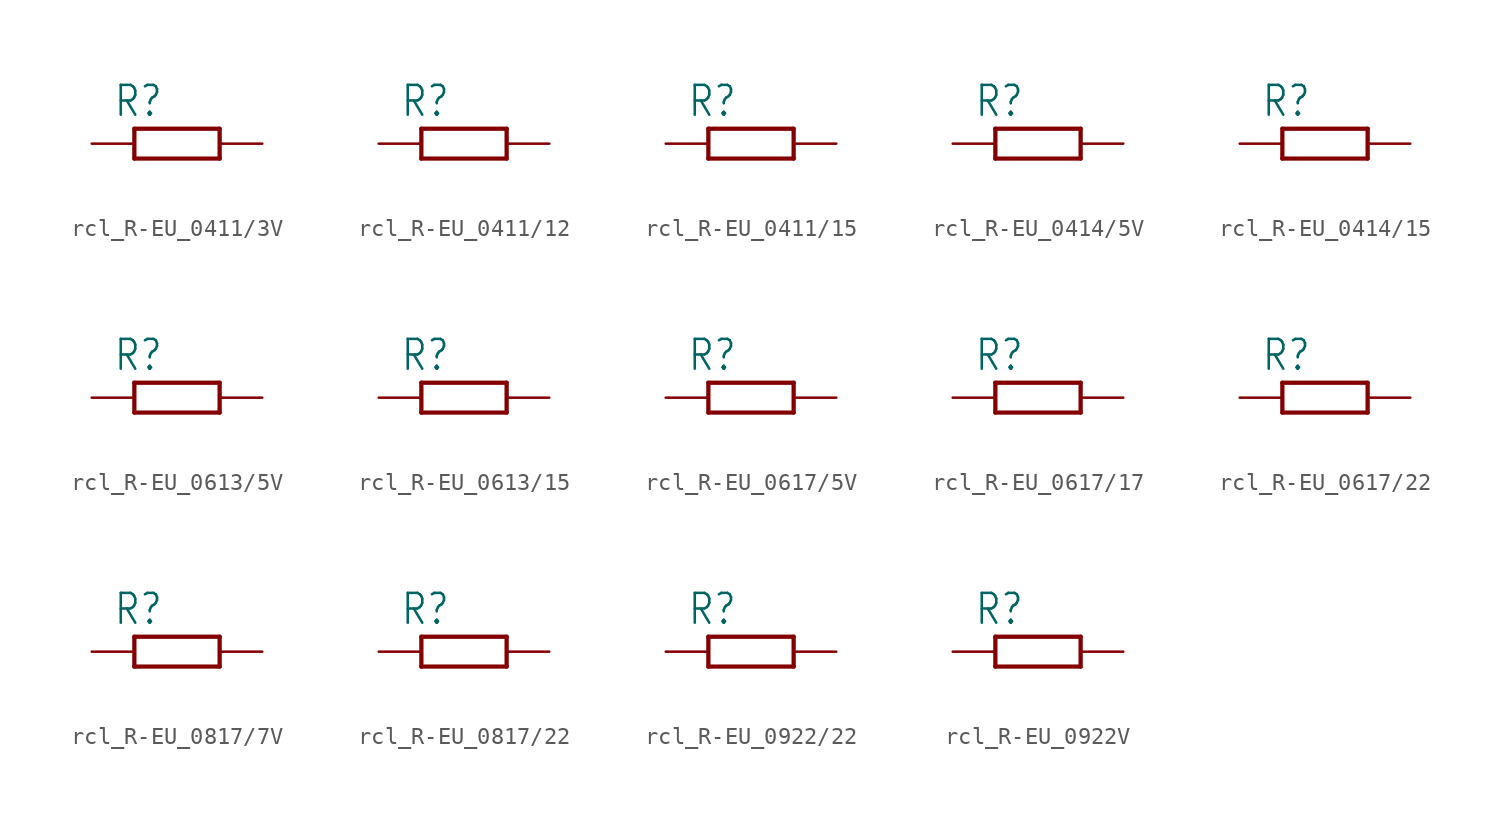
<source format=kicad_sym>
(kicad_symbol_lib
  (version 20241209)
  (generator "kicad_symbol_editor")
  (generator_version "9.0")
  (symbol "rcl_R-EU_0411/3V"
    (property "Reference" "R"
      (at -3.81 1.499 0)
      (effects (font (size 1.778 1.511)) (justify left bottom)))
    (property "Value" ""
      (at -3.81 -3.302 0)
      (effects (font (size 1.778 1.511)) (justify left bottom)))
    (property "ki_locked" ""
      (at 0 0 0)
      (effects (font (size 1.27 1.27))))
    (symbol "rcl_R-EU_0411/3V_1_0"
      (polyline (pts (xy -2.54 -0.889) (xy -2.54 0.889)) (stroke (width 0.254) (type solid)) (fill (type none)))
      (polyline (pts (xy -2.54 -0.889) (xy 2.54 -0.889)) (stroke (width 0.254) (type solid)) (fill (type none)))
      (polyline (pts (xy 2.54 0.889) (xy -2.54 0.889)) (stroke (width 0.254) (type solid)) (fill (type none)))
      (polyline (pts (xy 2.54 -0.889) (xy 2.54 0.889)) (stroke (width 0.254) (type solid)) (fill (type none)))
      (pin passive line (at -5.08 0 0) (length 2.54) (name "1" (effects (font (size 0 0)))) (number "1" (effects (font (size 0 0)))))
      (pin passive line (at 5.08 0 180) (length 2.54) (name "2" (effects (font (size 0 0)))) (number "2" (effects (font (size 0 0)))))))
  (symbol "rcl_R-EU_0411/12"
    (property "Reference" "R"
      (at -3.81 1.499 0)
      (effects (font (size 1.778 1.511)) (justify left bottom)))
    (property "Value" ""
      (at -3.81 -3.302 0)
      (effects (font (size 1.778 1.511)) (justify left bottom)))
    (property "ki_locked" ""
      (at 0 0 0)
      (effects (font (size 1.27 1.27))))
    (symbol "rcl_R-EU_0411/12_1_0"
      (polyline (pts (xy -2.54 -0.889) (xy -2.54 0.889)) (stroke (width 0.254) (type solid)) (fill (type none)))
      (polyline (pts (xy -2.54 -0.889) (xy 2.54 -0.889)) (stroke (width 0.254) (type solid)) (fill (type none)))
      (polyline (pts (xy 2.54 0.889) (xy -2.54 0.889)) (stroke (width 0.254) (type solid)) (fill (type none)))
      (polyline (pts (xy 2.54 -0.889) (xy 2.54 0.889)) (stroke (width 0.254) (type solid)) (fill (type none)))
      (pin passive line (at -5.08 0 0) (length 2.54) (name "1" (effects (font (size 0 0)))) (number "1" (effects (font (size 0 0)))))
      (pin passive line (at 5.08 0 180) (length 2.54) (name "2" (effects (font (size 0 0)))) (number "2" (effects (font (size 0 0)))))))
  (symbol "rcl_R-EU_0411/15"
    (property "Reference" "R"
      (at -3.81 1.499 0)
      (effects (font (size 1.778 1.511)) (justify left bottom)))
    (property "Value" ""
      (at -3.81 -3.302 0)
      (effects (font (size 1.778 1.511)) (justify left bottom)))
    (property "ki_locked" ""
      (at 0 0 0)
      (effects (font (size 1.27 1.27))))
    (symbol "rcl_R-EU_0411/15_1_0"
      (polyline (pts (xy -2.54 -0.889) (xy -2.54 0.889)) (stroke (width 0.254) (type solid)) (fill (type none)))
      (polyline (pts (xy -2.54 -0.889) (xy 2.54 -0.889)) (stroke (width 0.254) (type solid)) (fill (type none)))
      (polyline (pts (xy 2.54 0.889) (xy -2.54 0.889)) (stroke (width 0.254) (type solid)) (fill (type none)))
      (polyline (pts (xy 2.54 -0.889) (xy 2.54 0.889)) (stroke (width 0.254) (type solid)) (fill (type none)))
      (pin passive line (at -5.08 0 0) (length 2.54) (name "1" (effects (font (size 0 0)))) (number "1" (effects (font (size 0 0)))))
      (pin passive line (at 5.08 0 180) (length 2.54) (name "2" (effects (font (size 0 0)))) (number "2" (effects (font (size 0 0)))))))
  (symbol "rcl_R-EU_0414/5V"
    (property "Reference" "R"
      (at -3.81 1.499 0)
      (effects (font (size 1.778 1.511)) (justify left bottom)))
    (property "Value" ""
      (at -3.81 -3.302 0)
      (effects (font (size 1.778 1.511)) (justify left bottom)))
    (property "ki_locked" ""
      (at 0 0 0)
      (effects (font (size 1.27 1.27))))
    (symbol "rcl_R-EU_0414/5V_1_0"
      (polyline (pts (xy -2.54 -0.889) (xy -2.54 0.889)) (stroke (width 0.254) (type solid)) (fill (type none)))
      (polyline (pts (xy -2.54 -0.889) (xy 2.54 -0.889)) (stroke (width 0.254) (type solid)) (fill (type none)))
      (polyline (pts (xy 2.54 0.889) (xy -2.54 0.889)) (stroke (width 0.254) (type solid)) (fill (type none)))
      (polyline (pts (xy 2.54 -0.889) (xy 2.54 0.889)) (stroke (width 0.254) (type solid)) (fill (type none)))
      (pin passive line (at -5.08 0 0) (length 2.54) (name "1" (effects (font (size 0 0)))) (number "1" (effects (font (size 0 0)))))
      (pin passive line (at 5.08 0 180) (length 2.54) (name "2" (effects (font (size 0 0)))) (number "2" (effects (font (size 0 0)))))))
  (symbol "rcl_R-EU_0414/15"
    (property "Reference" "R"
      (at -3.81 1.499 0)
      (effects (font (size 1.778 1.511)) (justify left bottom)))
    (property "Value" ""
      (at -3.81 -3.302 0)
      (effects (font (size 1.778 1.511)) (justify left bottom)))
    (property "ki_locked" ""
      (at 0 0 0)
      (effects (font (size 1.27 1.27))))
    (symbol "rcl_R-EU_0414/15_1_0"
      (polyline (pts (xy -2.54 -0.889) (xy -2.54 0.889)) (stroke (width 0.254) (type solid)) (fill (type none)))
      (polyline (pts (xy -2.54 -0.889) (xy 2.54 -0.889)) (stroke (width 0.254) (type solid)) (fill (type none)))
      (polyline (pts (xy 2.54 0.889) (xy -2.54 0.889)) (stroke (width 0.254) (type solid)) (fill (type none)))
      (polyline (pts (xy 2.54 -0.889) (xy 2.54 0.889)) (stroke (width 0.254) (type solid)) (fill (type none)))
      (pin passive line (at -5.08 0 0) (length 2.54) (name "1" (effects (font (size 0 0)))) (number "1" (effects (font (size 0 0)))))
      (pin passive line (at 5.08 0 180) (length 2.54) (name "2" (effects (font (size 0 0)))) (number "2" (effects (font (size 0 0)))))))
  (symbol "rcl_R-EU_0613/5V"
    (property "Reference" "R"
      (at -3.81 1.499 0)
      (effects (font (size 1.778 1.511)) (justify left bottom)))
    (property "Value" ""
      (at -3.81 -3.302 0)
      (effects (font (size 1.778 1.511)) (justify left bottom)))
    (property "ki_locked" ""
      (at 0 0 0)
      (effects (font (size 1.27 1.27))))
    (symbol "rcl_R-EU_0613/5V_1_0"
      (polyline (pts (xy -2.54 -0.889) (xy -2.54 0.889)) (stroke (width 0.254) (type solid)) (fill (type none)))
      (polyline (pts (xy -2.54 -0.889) (xy 2.54 -0.889)) (stroke (width 0.254) (type solid)) (fill (type none)))
      (polyline (pts (xy 2.54 0.889) (xy -2.54 0.889)) (stroke (width 0.254) (type solid)) (fill (type none)))
      (polyline (pts (xy 2.54 -0.889) (xy 2.54 0.889)) (stroke (width 0.254) (type solid)) (fill (type none)))
      (pin passive line (at -5.08 0 0) (length 2.54) (name "1" (effects (font (size 0 0)))) (number "1" (effects (font (size 0 0)))))
      (pin passive line (at 5.08 0 180) (length 2.54) (name "2" (effects (font (size 0 0)))) (number "2" (effects (font (size 0 0)))))))
  (symbol "rcl_R-EU_0613/15"
    (property "Reference" "R"
      (at -3.81 1.499 0)
      (effects (font (size 1.778 1.511)) (justify left bottom)))
    (property "Value" ""
      (at -3.81 -3.302 0)
      (effects (font (size 1.778 1.511)) (justify left bottom)))
    (property "ki_locked" ""
      (at 0 0 0)
      (effects (font (size 1.27 1.27))))
    (symbol "rcl_R-EU_0613/15_1_0"
      (polyline (pts (xy -2.54 -0.889) (xy -2.54 0.889)) (stroke (width 0.254) (type solid)) (fill (type none)))
      (polyline (pts (xy -2.54 -0.889) (xy 2.54 -0.889)) (stroke (width 0.254) (type solid)) (fill (type none)))
      (polyline (pts (xy 2.54 0.889) (xy -2.54 0.889)) (stroke (width 0.254) (type solid)) (fill (type none)))
      (polyline (pts (xy 2.54 -0.889) (xy 2.54 0.889)) (stroke (width 0.254) (type solid)) (fill (type none)))
      (pin passive line (at -5.08 0 0) (length 2.54) (name "1" (effects (font (size 0 0)))) (number "1" (effects (font (size 0 0)))))
      (pin passive line (at 5.08 0 180) (length 2.54) (name "2" (effects (font (size 0 0)))) (number "2" (effects (font (size 0 0)))))))
  (symbol "rcl_R-EU_0617/5V"
    (property "Reference" "R"
      (at -3.81 1.499 0)
      (effects (font (size 1.778 1.511)) (justify left bottom)))
    (property "Value" ""
      (at -3.81 -3.302 0)
      (effects (font (size 1.778 1.511)) (justify left bottom)))
    (property "ki_locked" ""
      (at 0 0 0)
      (effects (font (size 1.27 1.27))))
    (symbol "rcl_R-EU_0617/5V_1_0"
      (polyline (pts (xy -2.54 -0.889) (xy -2.54 0.889)) (stroke (width 0.254) (type solid)) (fill (type none)))
      (polyline (pts (xy -2.54 -0.889) (xy 2.54 -0.889)) (stroke (width 0.254) (type solid)) (fill (type none)))
      (polyline (pts (xy 2.54 0.889) (xy -2.54 0.889)) (stroke (width 0.254) (type solid)) (fill (type none)))
      (polyline (pts (xy 2.54 -0.889) (xy 2.54 0.889)) (stroke (width 0.254) (type solid)) (fill (type none)))
      (pin passive line (at -5.08 0 0) (length 2.54) (name "1" (effects (font (size 0 0)))) (number "1" (effects (font (size 0 0)))))
      (pin passive line (at 5.08 0 180) (length 2.54) (name "2" (effects (font (size 0 0)))) (number "2" (effects (font (size 0 0)))))))
  (symbol "rcl_R-EU_0617/17"
    (property "Reference" "R"
      (at -3.81 1.499 0)
      (effects (font (size 1.778 1.511)) (justify left bottom)))
    (property "Value" ""
      (at -3.81 -3.302 0)
      (effects (font (size 1.778 1.511)) (justify left bottom)))
    (property "ki_locked" ""
      (at 0 0 0)
      (effects (font (size 1.27 1.27))))
    (symbol "rcl_R-EU_0617/17_1_0"
      (polyline (pts (xy -2.54 -0.889) (xy -2.54 0.889)) (stroke (width 0.254) (type solid)) (fill (type none)))
      (polyline (pts (xy -2.54 -0.889) (xy 2.54 -0.889)) (stroke (width 0.254) (type solid)) (fill (type none)))
      (polyline (pts (xy 2.54 0.889) (xy -2.54 0.889)) (stroke (width 0.254) (type solid)) (fill (type none)))
      (polyline (pts (xy 2.54 -0.889) (xy 2.54 0.889)) (stroke (width 0.254) (type solid)) (fill (type none)))
      (pin passive line (at -5.08 0 0) (length 2.54) (name "1" (effects (font (size 0 0)))) (number "1" (effects (font (size 0 0)))))
      (pin passive line (at 5.08 0 180) (length 2.54) (name "2" (effects (font (size 0 0)))) (number "2" (effects (font (size 0 0)))))))
  (symbol "rcl_R-EU_0617/22"
    (property "Reference" "R"
      (at -3.81 1.499 0)
      (effects (font (size 1.778 1.511)) (justify left bottom)))
    (property "Value" ""
      (at -3.81 -3.302 0)
      (effects (font (size 1.778 1.511)) (justify left bottom)))
    (property "ki_locked" ""
      (at 0 0 0)
      (effects (font (size 1.27 1.27))))
    (symbol "rcl_R-EU_0617/22_1_0"
      (polyline (pts (xy -2.54 -0.889) (xy -2.54 0.889)) (stroke (width 0.254) (type solid)) (fill (type none)))
      (polyline (pts (xy -2.54 -0.889) (xy 2.54 -0.889)) (stroke (width 0.254) (type solid)) (fill (type none)))
      (polyline (pts (xy 2.54 0.889) (xy -2.54 0.889)) (stroke (width 0.254) (type solid)) (fill (type none)))
      (polyline (pts (xy 2.54 -0.889) (xy 2.54 0.889)) (stroke (width 0.254) (type solid)) (fill (type none)))
      (pin passive line (at -5.08 0 0) (length 2.54) (name "1" (effects (font (size 0 0)))) (number "1" (effects (font (size 0 0)))))
      (pin passive line (at 5.08 0 180) (length 2.54) (name "2" (effects (font (size 0 0)))) (number "2" (effects (font (size 0 0)))))))
  (symbol "rcl_R-EU_0817/7V"
    (property "Reference" "R"
      (at -3.81 1.499 0)
      (effects (font (size 1.778 1.511)) (justify left bottom)))
    (property "Value" ""
      (at -3.81 -3.302 0)
      (effects (font (size 1.778 1.511)) (justify left bottom)))
    (property "ki_locked" ""
      (at 0 0 0)
      (effects (font (size 1.27 1.27))))
    (symbol "rcl_R-EU_0817/7V_1_0"
      (polyline (pts (xy -2.54 -0.889) (xy -2.54 0.889)) (stroke (width 0.254) (type solid)) (fill (type none)))
      (polyline (pts (xy -2.54 -0.889) (xy 2.54 -0.889)) (stroke (width 0.254) (type solid)) (fill (type none)))
      (polyline (pts (xy 2.54 0.889) (xy -2.54 0.889)) (stroke (width 0.254) (type solid)) (fill (type none)))
      (polyline (pts (xy 2.54 -0.889) (xy 2.54 0.889)) (stroke (width 0.254) (type solid)) (fill (type none)))
      (pin passive line (at -5.08 0 0) (length 2.54) (name "1" (effects (font (size 0 0)))) (number "1" (effects (font (size 0 0)))))
      (pin passive line (at 5.08 0 180) (length 2.54) (name "2" (effects (font (size 0 0)))) (number "2" (effects (font (size 0 0)))))))
  (symbol "rcl_R-EU_0817/22"
    (property "Reference" "R"
      (at -3.81 1.499 0)
      (effects (font (size 1.778 1.511)) (justify left bottom)))
    (property "Value" ""
      (at -3.81 -3.302 0)
      (effects (font (size 1.778 1.511)) (justify left bottom)))
    (property "ki_locked" ""
      (at 0 0 0)
      (effects (font (size 1.27 1.27))))
    (symbol "rcl_R-EU_0817/22_1_0"
      (polyline (pts (xy -2.54 -0.889) (xy -2.54 0.889)) (stroke (width 0.254) (type solid)) (fill (type none)))
      (polyline (pts (xy -2.54 -0.889) (xy 2.54 -0.889)) (stroke (width 0.254) (type solid)) (fill (type none)))
      (polyline (pts (xy 2.54 0.889) (xy -2.54 0.889)) (stroke (width 0.254) (type solid)) (fill (type none)))
      (polyline (pts (xy 2.54 -0.889) (xy 2.54 0.889)) (stroke (width 0.254) (type solid)) (fill (type none)))
      (pin passive line (at -5.08 0 0) (length 2.54) (name "1" (effects (font (size 0 0)))) (number "1" (effects (font (size 0 0)))))
      (pin passive line (at 5.08 0 180) (length 2.54) (name "2" (effects (font (size 0 0)))) (number "2" (effects (font (size 0 0)))))))
  (symbol "rcl_R-EU_0922/22"
    (property "Reference" "R"
      (at -3.81 1.499 0)
      (effects (font (size 1.778 1.511)) (justify left bottom)))
    (property "Value" ""
      (at -3.81 -3.302 0)
      (effects (font (size 1.778 1.511)) (justify left bottom)))
    (property "ki_locked" ""
      (at 0 0 0)
      (effects (font (size 1.27 1.27))))
    (symbol "rcl_R-EU_0922/22_1_0"
      (polyline (pts (xy -2.54 -0.889) (xy -2.54 0.889)) (stroke (width 0.254) (type solid)) (fill (type none)))
      (polyline (pts (xy -2.54 -0.889) (xy 2.54 -0.889)) (stroke (width 0.254) (type solid)) (fill (type none)))
      (polyline (pts (xy 2.54 0.889) (xy -2.54 0.889)) (stroke (width 0.254) (type solid)) (fill (type none)))
      (polyline (pts (xy 2.54 -0.889) (xy 2.54 0.889)) (stroke (width 0.254) (type solid)) (fill (type none)))
      (pin passive line (at -5.08 0 0) (length 2.54) (name "1" (effects (font (size 0 0)))) (number "1" (effects (font (size 0 0)))))
      (pin passive line (at 5.08 0 180) (length 2.54) (name "2" (effects (font (size 0 0)))) (number "2" (effects (font (size 0 0)))))))
  (symbol "rcl_R-EU_0922V"
    (property "Reference" "R"
      (at -3.81 1.499 0)
      (effects (font (size 1.778 1.511)) (justify left bottom)))
    (property "Value" ""
      (at -3.81 -3.302 0)
      (effects (font (size 1.778 1.511)) (justify left bottom)))
    (property "ki_locked" ""
      (at 0 0 0)
      (effects (font (size 1.27 1.27))))
    (symbol "rcl_R-EU_0922V_1_0"
      (polyline (pts (xy -2.54 -0.889) (xy -2.54 0.889)) (stroke (width 0.254) (type solid)) (fill (type none)))
      (polyline (pts (xy -2.54 -0.889) (xy 2.54 -0.889)) (stroke (width 0.254) (type solid)) (fill (type none)))
      (polyline (pts (xy 2.54 0.889) (xy -2.54 0.889)) (stroke (width 0.254) (type solid)) (fill (type none)))
      (polyline (pts (xy 2.54 -0.889) (xy 2.54 0.889)) (stroke (width 0.254) (type solid)) (fill (type none)))
      (pin passive line (at -5.08 0 0) (length 2.54) (name "1" (effects (font (size 0 0)))) (number "1" (effects (font (size 0 0)))))
      (pin passive line (at 5.08 0 180) (length 2.54) (name "2" (effects (font (size 0 0)))) (number "2" (effects (font (size 0 0))))))))
</source>
